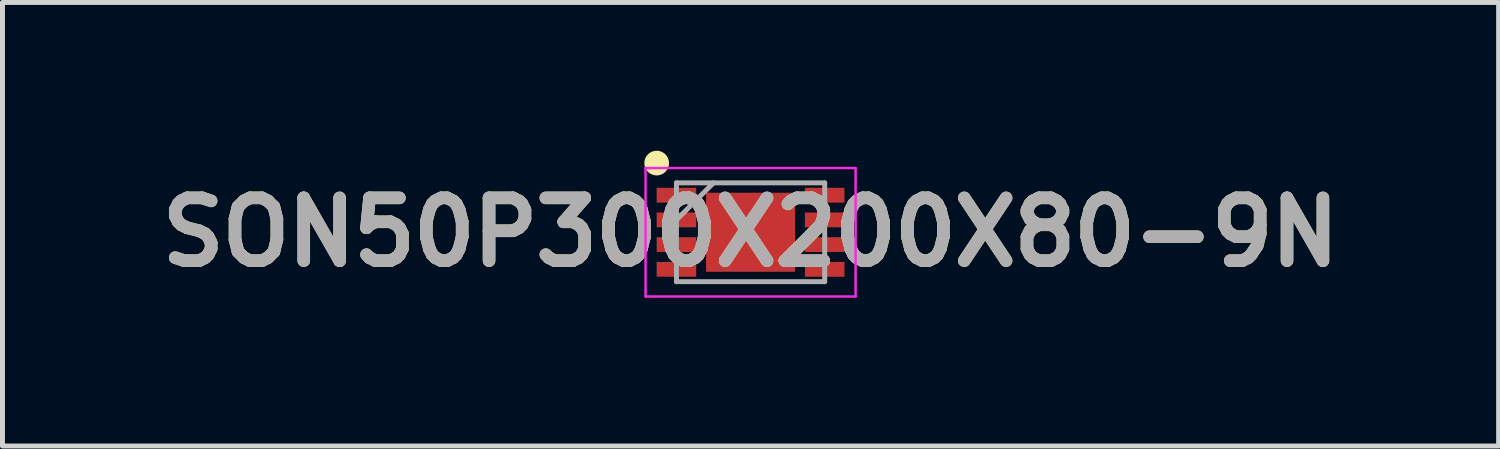
<source format=kicad_pcb>
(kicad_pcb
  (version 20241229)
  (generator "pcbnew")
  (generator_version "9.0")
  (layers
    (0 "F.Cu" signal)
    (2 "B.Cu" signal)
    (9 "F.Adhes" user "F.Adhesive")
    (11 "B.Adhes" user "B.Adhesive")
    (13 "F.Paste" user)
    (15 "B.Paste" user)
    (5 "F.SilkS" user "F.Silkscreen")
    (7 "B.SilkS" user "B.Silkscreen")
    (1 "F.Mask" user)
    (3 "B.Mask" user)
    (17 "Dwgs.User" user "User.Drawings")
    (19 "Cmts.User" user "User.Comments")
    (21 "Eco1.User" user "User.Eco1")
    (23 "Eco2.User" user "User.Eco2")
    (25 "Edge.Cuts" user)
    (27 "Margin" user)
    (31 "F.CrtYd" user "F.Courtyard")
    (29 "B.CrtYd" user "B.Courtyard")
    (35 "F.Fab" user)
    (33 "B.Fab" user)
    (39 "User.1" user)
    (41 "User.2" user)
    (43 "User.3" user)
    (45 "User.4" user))
  (footprint "SON50P300X200X80-9N"
    (layer "F.Cu")
    (at 12.138 1.65)
    (property "Reference" "SON50P300X200X80-9N" (at 0 0 0) (layer "F.SilkS") (effects (font (size 1.27 1.27) (thickness 0.254))))
    (attr smd)
    (fp_circle (center -1.9 -1.4) (end -1.9 -1.275) (stroke (width 0.25) (type solid)) (fill no) (layer "F.SilkS"))
    (fp_line (start -2.125 -1.3) (end 2.125 -1.3) (stroke (width 0.05) (type solid)) (layer "F.CrtYd"))
    (fp_line (start -2.125 1.3) (end -2.125 -1.3) (stroke (width 0.05) (type solid)) (layer "F.CrtYd"))
    (fp_line (start 2.125 -1.3) (end 2.125 1.3) (stroke (width 0.05) (type solid)) (layer "F.CrtYd"))
    (fp_line (start 2.125 1.3) (end -2.125 1.3) (stroke (width 0.05) (type solid)) (layer "F.CrtYd"))
    (fp_line (start -1.5 -1) (end 1.5 -1) (stroke (width 0.1) (type solid)) (layer "F.Fab"))
    (fp_line (start -1.5 -0.25) (end -0.75 -1) (stroke (width 0.1) (type solid)) (layer "F.Fab"))
    (fp_line (start -1.5 1) (end -1.5 -1) (stroke (width 0.1) (type solid)) (layer "F.Fab"))
    (fp_line (start 1.5 -1) (end 1.5 1) (stroke (width 0.1) (type solid)) (layer "F.Fab"))
    (fp_line (start 1.5 1) (end -1.5 1) (stroke (width 0.1) (type solid)) (layer "F.Fab"))
    (fp_text user "${REFERENCE}" (at 0 0 0) (layer "F.Fab") (effects (font (size 1.27 1.27) (thickness 0.254))))
    (pad "1" smd rect (at -1.5 -0.75 90) (size 0.3 0.8) (layers "F.Cu" "F.Mask" "F.Paste"))
    (pad "2" smd rect (at -1.5 -0.25 90) (size 0.3 0.8) (layers "F.Cu" "F.Mask" "F.Paste"))
    (pad "3" smd rect (at -1.5 0.25 90) (size 0.3 0.8) (layers "F.Cu" "F.Mask" "F.Paste"))
    (pad "4" smd rect (at -1.5 0.75 90) (size 0.3 0.8) (layers "F.Cu" "F.Mask" "F.Paste"))
    (pad "5" smd rect (at 1.5 0.75 90) (size 0.3 0.8) (layers "F.Cu" "F.Mask" "F.Paste"))
    (pad "6" smd rect (at 1.5 0.25 90) (size 0.3 0.8) (layers "F.Cu" "F.Mask" "F.Paste"))
    (pad "7" smd rect (at 1.5 -0.25 90) (size 0.3 0.8) (layers "F.Cu" "F.Mask" "F.Paste"))
    (pad "8" smd rect (at 1.5 -0.75 90) (size 0.3 0.8) (layers "F.Cu" "F.Mask" "F.Paste"))
    (pad "9" smd rect (at 0 0 90) (size 1.6 1.8) (layers "F.Cu" "F.Mask" "F.Paste")))
  (gr_rect
    (start -3 -3)
    (end 27.275 5.975)
    (stroke (width 0.1) (type default))
    (fill no)
    (layer "Edge.Cuts")))
</source>
